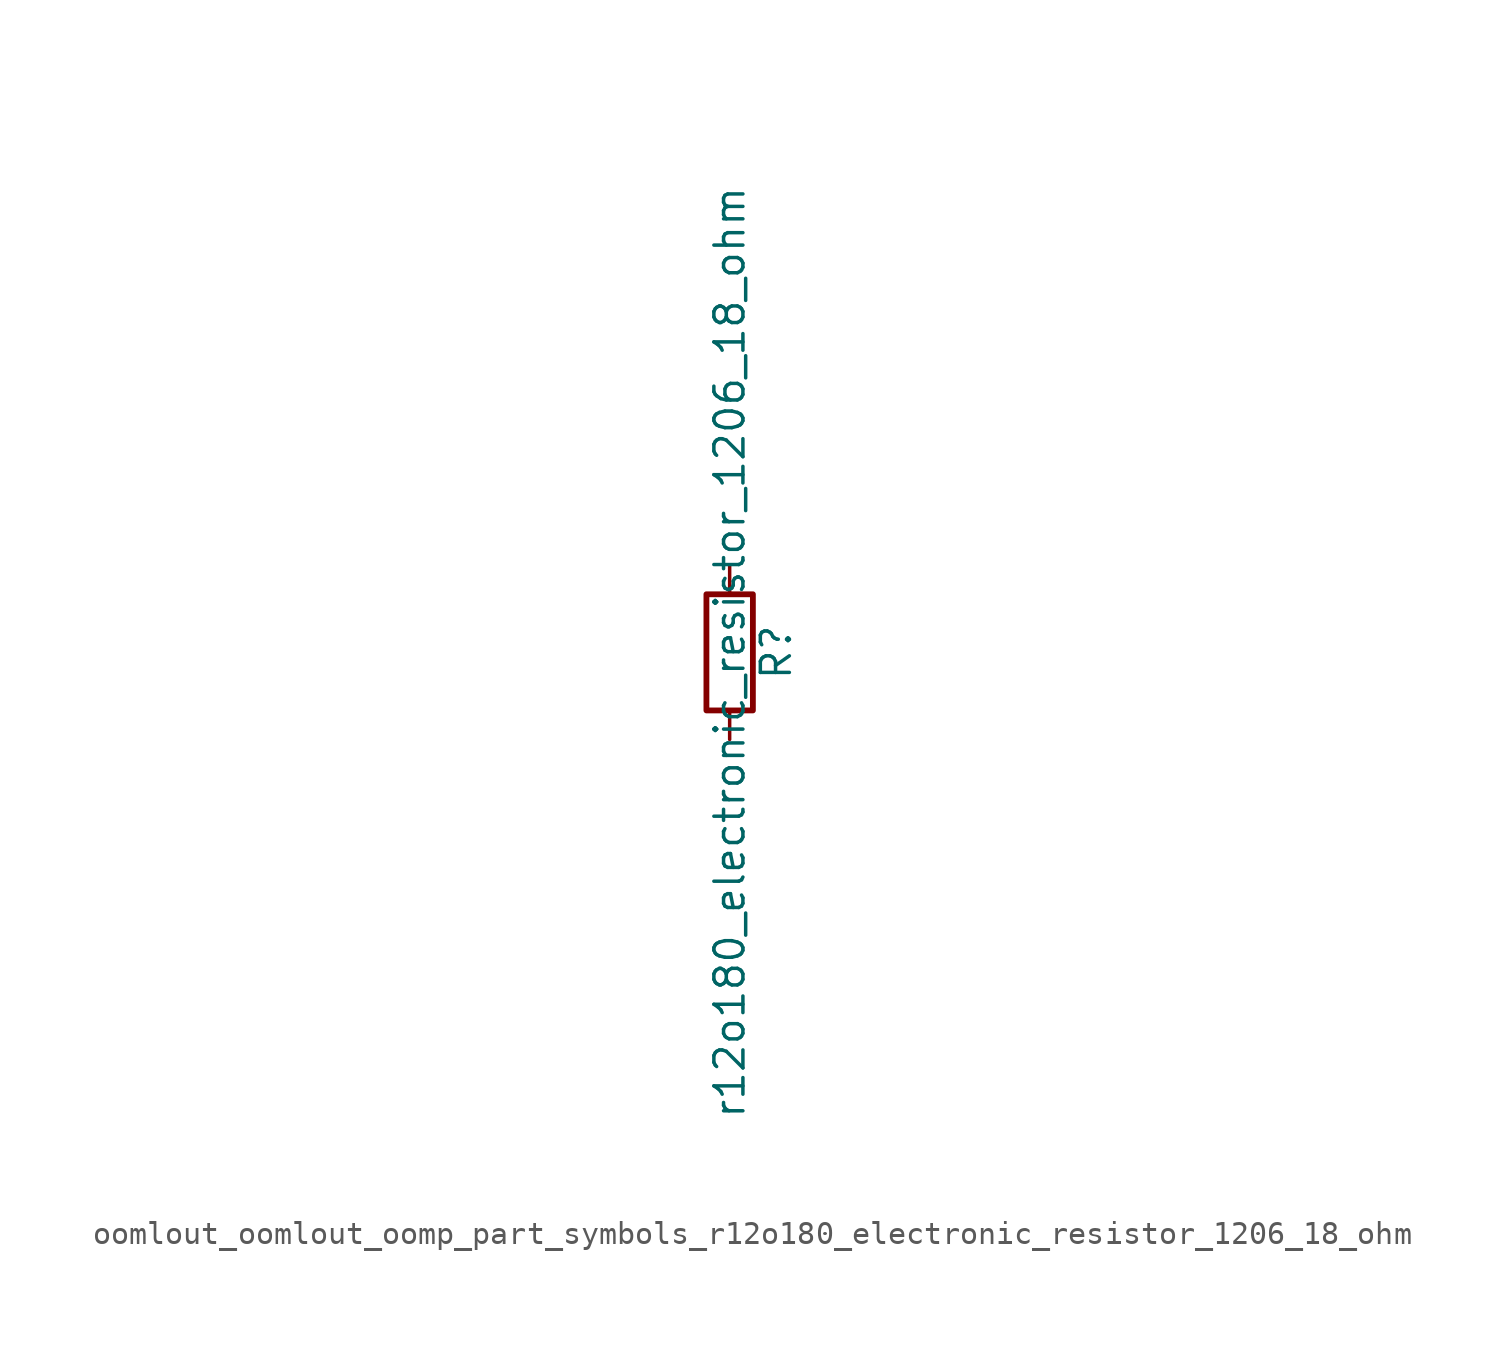
<source format=kicad_sym>
(kicad_symbol_lib
  (version 20220914)
  (generator kicad_symbol_editor)
  (symbol "oomlout_oomlout_oomp_part_symbols_r12o180_electronic_resistor_1206_18_ohm"
    (pin_numbers hide)
    (pin_names
      (offset 0))
    (property "Reference" "R"
      (at 2.032 0 90)
      (effects (font (size 1.27 1.27))))
    (property "Value" "r12o180_electronic_resistor_1206_18_ohm"
      (at 0 0 90)
      (effects (font (size 1.27 1.27))))
    (symbol "oomlout_oomlout_oomp_part_symbols_r12o180_electronic_resistor_1206_18_ohm_0_1"
      (rectangle (start -1.016 -2.54) (end 1.016 2.54) (stroke (width 0.254) (type default)) (fill (type none))))
    (symbol "oomlout_oomlout_oomp_part_symbols_r12o180_electronic_resistor_1206_18_ohm_1_1"
      (pin passive line (at 0 3.81 270) (length 1.27) (name "~" (effects (font (size 1.27 1.27)))) (number "1" (effects (font (size 1.27 1.27)))))
      (pin passive line (at 0 -3.81 90) (length 1.27) (name "~" (effects (font (size 1.27 1.27)))) (number "2" (effects (font (size 1.27 1.27))))))))
</source>
